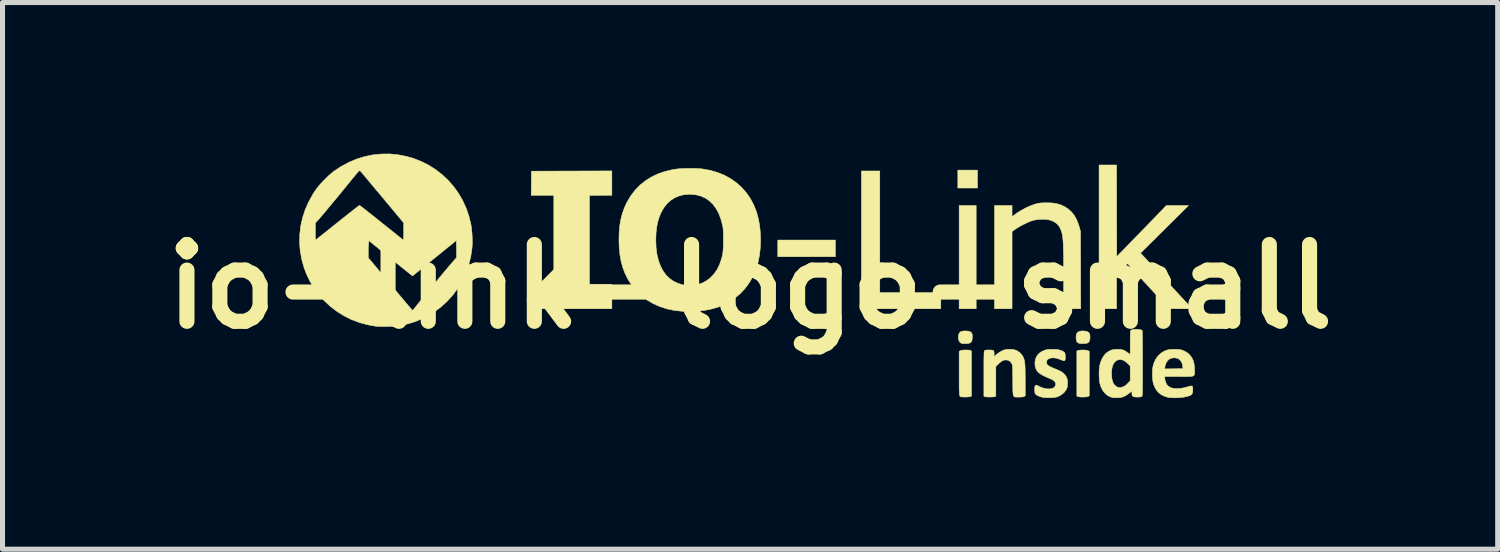
<source format=kicad_pcb>
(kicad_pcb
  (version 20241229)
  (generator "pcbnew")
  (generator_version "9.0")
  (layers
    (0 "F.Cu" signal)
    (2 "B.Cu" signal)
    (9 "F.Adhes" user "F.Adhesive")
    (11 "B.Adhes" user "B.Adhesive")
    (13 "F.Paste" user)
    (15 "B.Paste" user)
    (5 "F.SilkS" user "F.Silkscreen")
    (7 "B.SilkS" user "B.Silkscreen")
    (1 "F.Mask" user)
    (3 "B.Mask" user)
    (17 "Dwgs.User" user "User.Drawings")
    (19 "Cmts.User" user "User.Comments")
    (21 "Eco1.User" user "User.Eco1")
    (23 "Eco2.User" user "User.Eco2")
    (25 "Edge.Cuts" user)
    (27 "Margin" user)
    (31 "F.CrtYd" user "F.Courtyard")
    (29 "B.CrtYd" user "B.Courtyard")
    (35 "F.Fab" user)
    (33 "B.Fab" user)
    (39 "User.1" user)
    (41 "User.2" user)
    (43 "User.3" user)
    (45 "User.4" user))
  (footprint "io-link-logo-small"
    (layer "F.Cu")
    (at 11.836 2.637)
    (property "Reference" "io-link-logo-small" (at 0 0 0) (layer "F.SilkS") (effects (font (size 1.524 1.524) (thickness 0.3))))
    (attr through_hole)
    (fp_poly (pts (xy 1.693 -0.593) (xy 0.55 -0.593) (xy 0.55 -0.923) (xy 1.693 -0.923) (xy 1.693 -0.593)) (stroke (width 0.01) (type solid)) (fill yes) (layer "F.SilkS"))
    (fp_poly (pts (xy 4.487 0.44) (xy 4.149 0.44) (xy 4.149 -1.609) (xy 4.487 -1.609) (xy 4.487 0.44)) (stroke (width 0.01) (type solid)) (fill yes) (layer "F.SilkS"))
    (fp_poly (pts (xy 4.513 -1.956) (xy 4.123 -1.956) (xy 4.123 -2.311) (xy 4.513 -2.311) (xy 4.513 -1.956)) (stroke (width 0.01) (type solid)) (fill yes) (layer "F.SilkS"))
    (fp_poly (pts (xy 2.574 0.119) (xy 3.785 0.119) (xy 3.785 0.44) (xy 2.21 0.44) (xy 2.21 -2.294) (xy 2.574 -2.294) (xy 2.574 0.119)) (stroke (width 0.01) (type solid)) (fill yes) (layer "F.SilkS"))
    (fp_poly (pts (xy -2.743 -1.812) (xy -3.188 -1.808) (xy -3.188 -0.047) (xy -2.743 -0.042) (xy -2.743 0.44) (xy -4.343 0.44) (xy -4.343 -0.042) (xy -3.895 -0.042) (xy -3.895 -1.812) (xy -4.344 -1.812) (xy -4.341 -2.051) (xy -4.339 -2.29) (xy -2.743 -2.295) (xy -2.743 -1.812)) (stroke (width 0.01) (type solid)) (fill yes) (layer "F.SilkS"))
    (fp_poly (pts (xy 6.647 1.261) (xy 6.681 1.265) (xy 6.705 1.271) (xy 6.71 1.273) (xy 6.731 1.287) (xy 6.731 2.167) (xy 6.712 2.18) (xy 6.695 2.186) (xy 6.665 2.19) (xy 6.628 2.192) (xy 6.589 2.193) (xy 6.552 2.191) (xy 6.521 2.187) (xy 6.505 2.183) (xy 6.485 2.173) (xy 6.485 1.278) (xy 6.509 1.269) (xy 6.533 1.263) (xy 6.568 1.26) (xy 6.607 1.259) (xy 6.647 1.261)) (stroke (width 0.01) (type solid)) (fill yes) (layer "F.SilkS"))
    (fp_poly (pts (xy 4.332 0.885) (xy 4.371 0.898) (xy 4.396 0.919) (xy 4.401 0.928) (xy 4.407 0.947) (xy 4.41 0.977) (xy 4.411 1.006) (xy 4.407 1.055) (xy 4.395 1.09) (xy 4.373 1.114) (xy 4.346 1.125) (xy 4.315 1.131) (xy 4.276 1.133) (xy 4.235 1.132) (xy 4.202 1.129) (xy 4.174 1.115) (xy 4.152 1.088) (xy 4.138 1.051) (xy 4.133 1.008) (xy 4.136 0.971) (xy 4.146 0.935) (xy 4.162 0.909) (xy 4.188 0.892) (xy 4.225 0.883) (xy 4.275 0.881) (xy 4.278 0.881) (xy 4.332 0.885)) (stroke (width 0.01) (type solid)) (fill yes) (layer "F.SilkS"))
    (fp_poly (pts (xy 6.662 0.885) (xy 6.701 0.898) (xy 6.728 0.921) (xy 6.743 0.955) (xy 6.747 1.002) (xy 6.746 1.021) (xy 6.74 1.063) (xy 6.728 1.092) (xy 6.71 1.113) (xy 6.703 1.117) (xy 6.684 1.124) (xy 6.654 1.128) (xy 6.618 1.131) (xy 6.581 1.131) (xy 6.549 1.129) (xy 6.531 1.126) (xy 6.503 1.113) (xy 6.485 1.093) (xy 6.474 1.062) (xy 6.47 1.026) (xy 6.471 0.973) (xy 6.482 0.933) (xy 6.503 0.906) (xy 6.536 0.889) (xy 6.583 0.881) (xy 6.608 0.881) (xy 6.662 0.885)) (stroke (width 0.01) (type solid)) (fill yes) (layer "F.SilkS"))
    (fp_poly (pts (xy 4.336 1.261) (xy 4.364 1.265) (xy 4.375 1.269) (xy 4.394 1.279) (xy 4.394 2.173) (xy 4.373 2.183) (xy 4.355 2.187) (xy 4.326 2.19) (xy 4.29 2.192) (xy 4.253 2.192) (xy 4.218 2.191) (xy 4.192 2.189) (xy 4.183 2.187) (xy 4.175 2.184) (xy 4.169 2.18) (xy 4.164 2.174) (xy 4.16 2.163) (xy 4.156 2.148) (xy 4.154 2.126) (xy 4.152 2.096) (xy 4.15 2.056) (xy 4.149 2.006) (xy 4.149 1.944) (xy 4.149 1.869) (xy 4.149 1.778) (xy 4.149 1.722) (xy 4.149 1.287) (xy 4.17 1.273) (xy 4.19 1.266) (xy 4.221 1.262) (xy 4.259 1.259) (xy 4.299 1.259) (xy 4.336 1.261)) (stroke (width 0.01) (type solid)) (fill yes) (layer "F.SilkS"))
    (fp_poly (pts (xy 7.275 -1.503) (xy 7.277 -0.594) (xy 7.696 -1.025) (xy 7.768 -1.099) (xy 7.838 -1.171) (xy 7.904 -1.239) (xy 7.967 -1.304) (xy 8.025 -1.363) (xy 8.076 -1.416) (xy 8.119 -1.461) (xy 8.154 -1.497) (xy 8.178 -1.522) (xy 8.188 -1.532) (xy 8.26 -1.609) (xy 8.48 -1.608) (xy 8.7 -1.608) (xy 8.224 -1.136) (xy 7.749 -0.664) (xy 8.121 -0.262) (xy 8.191 -0.187) (xy 8.261 -0.112) (xy 8.329 -0.038) (xy 8.395 0.033) (xy 8.457 0.1) (xy 8.514 0.161) (xy 8.563 0.214) (xy 8.604 0.258) (xy 8.633 0.29) (xy 8.773 0.44) (xy 8.541 0.44) (xy 8.31 0.439) (xy 8.166 0.281) (xy 8.129 0.24) (xy 8.082 0.188) (xy 8.028 0.129) (xy 7.969 0.065) (xy 7.907 -0.003) (xy 7.843 -0.072) (xy 7.781 -0.139) (xy 7.756 -0.167) (xy 7.49 -0.456) (xy 7.382 -0.353) (xy 7.274 -0.25) (xy 7.273 0.095) (xy 7.273 0.44) (xy 6.926 0.44) (xy 6.926 -2.413) (xy 7.273 -2.413) (xy 7.275 -1.503)) (stroke (width 0.01) (type solid)) (fill yes) (layer "F.SilkS"))
    (fp_poly (pts (xy 5.97 -1.661) (xy 6.043 -1.653) (xy 6.107 -1.64) (xy 6.167 -1.621) (xy 6.227 -1.593) (xy 6.231 -1.592) (xy 6.309 -1.543) (xy 6.377 -1.483) (xy 6.434 -1.411) (xy 6.481 -1.327) (xy 6.52 -1.229) (xy 6.534 -1.18) (xy 6.557 -1.096) (xy 6.56 -0.328) (xy 6.562 0.44) (xy 6.223 0.44) (xy 6.223 -0.159) (xy 6.223 -0.298) (xy 6.222 -0.422) (xy 6.222 -0.53) (xy 6.221 -0.626) (xy 6.219 -0.709) (xy 6.217 -0.781) (xy 6.215 -0.843) (xy 6.212 -0.896) (xy 6.208 -0.941) (xy 6.204 -0.98) (xy 6.2 -1.013) (xy 6.194 -1.042) (xy 6.192 -1.053) (xy 6.168 -1.131) (xy 6.133 -1.197) (xy 6.086 -1.249) (xy 6.029 -1.289) (xy 5.96 -1.317) (xy 5.901 -1.33) (xy 5.835 -1.336) (xy 5.761 -1.335) (xy 5.687 -1.327) (xy 5.62 -1.314) (xy 5.613 -1.313) (xy 5.57 -1.298) (xy 5.517 -1.276) (xy 5.458 -1.248) (xy 5.397 -1.218) (xy 5.34 -1.186) (xy 5.289 -1.155) (xy 5.264 -1.138) (xy 5.199 -1.092) (xy 5.199 0.44) (xy 4.851 0.44) (xy 4.851 -1.609) (xy 5.199 -1.609) (xy 5.199 -1.387) (xy 5.222 -1.405) (xy 5.3 -1.462) (xy 5.385 -1.514) (xy 5.473 -1.562) (xy 5.559 -1.601) (xy 5.64 -1.631) (xy 5.67 -1.64) (xy 5.706 -1.649) (xy 5.738 -1.655) (xy 5.77 -1.659) (xy 5.808 -1.661) (xy 5.856 -1.662) (xy 5.884 -1.662) (xy 5.97 -1.661)) (stroke (width 0.01) (type solid)) (fill yes) (layer "F.SilkS"))
    (fp_poly (pts (xy 5.195 1.247) (xy 5.248 1.255) (xy 5.292 1.27) (xy 5.296 1.272) (xy 5.349 1.308) (xy 5.394 1.356) (xy 5.419 1.396) (xy 5.429 1.419) (xy 5.437 1.444) (xy 5.444 1.473) (xy 5.45 1.507) (xy 5.454 1.548) (xy 5.457 1.599) (xy 5.459 1.66) (xy 5.46 1.735) (xy 5.461 1.823) (xy 5.461 1.864) (xy 5.461 2.167) (xy 5.442 2.18) (xy 5.427 2.186) (xy 5.404 2.191) (xy 5.368 2.193) (xy 5.337 2.193) (xy 5.307 2.193) (xy 5.281 2.193) (xy 5.261 2.192) (xy 5.246 2.187) (xy 5.234 2.177) (xy 5.226 2.16) (xy 5.22 2.136) (xy 5.217 2.102) (xy 5.215 2.057) (xy 5.214 1.999) (xy 5.214 1.927) (xy 5.214 1.863) (xy 5.213 1.783) (xy 5.212 1.719) (xy 5.211 1.668) (xy 5.21 1.628) (xy 5.209 1.598) (xy 5.207 1.576) (xy 5.205 1.56) (xy 5.202 1.547) (xy 5.197 1.537) (xy 5.192 1.527) (xy 5.192 1.526) (xy 5.164 1.488) (xy 5.128 1.465) (xy 5.083 1.456) (xy 5.077 1.456) (xy 5.045 1.459) (xy 5.015 1.468) (xy 4.985 1.487) (xy 4.95 1.516) (xy 4.93 1.535) (xy 4.877 1.587) (xy 4.877 2.176) (xy 4.855 2.185) (xy 4.835 2.189) (xy 4.804 2.191) (xy 4.766 2.192) (xy 4.727 2.192) (xy 4.692 2.19) (xy 4.666 2.186) (xy 4.659 2.184) (xy 4.64 2.176) (xy 4.64 1.729) (xy 4.64 1.629) (xy 4.64 1.545) (xy 4.64 1.475) (xy 4.641 1.418) (xy 4.642 1.373) (xy 4.643 1.338) (xy 4.644 1.312) (xy 4.645 1.293) (xy 4.648 1.281) (xy 4.65 1.273) (xy 4.653 1.27) (xy 4.669 1.264) (xy 4.696 1.26) (xy 4.73 1.259) (xy 4.766 1.259) (xy 4.798 1.261) (xy 4.822 1.266) (xy 4.83 1.27) (xy 4.838 1.283) (xy 4.842 1.308) (xy 4.843 1.336) (xy 4.843 1.391) (xy 4.875 1.362) (xy 4.936 1.313) (xy 4.998 1.276) (xy 5.036 1.26) (xy 5.084 1.249) (xy 5.138 1.244) (xy 5.195 1.247)) (stroke (width 0.01) (type solid)) (fill yes) (layer "F.SilkS"))
    (fp_poly (pts (xy 8.477 1.247) (xy 8.522 1.25) (xy 8.555 1.256) (xy 8.557 1.256) (xy 8.626 1.283) (xy 8.688 1.322) (xy 8.727 1.359) (xy 8.766 1.41) (xy 8.794 1.469) (xy 8.812 1.536) (xy 8.821 1.614) (xy 8.822 1.66) (xy 8.823 1.692) (xy 8.822 1.719) (xy 8.82 1.74) (xy 8.814 1.756) (xy 8.803 1.768) (xy 8.785 1.777) (xy 8.759 1.782) (xy 8.722 1.785) (xy 8.674 1.786) (xy 8.613 1.787) (xy 8.537 1.786) (xy 8.506 1.786) (xy 8.23 1.786) (xy 8.23 1.815) (xy 8.235 1.856) (xy 8.248 1.9) (xy 8.266 1.939) (xy 8.281 1.959) (xy 8.304 1.979) (xy 8.334 1.999) (xy 8.349 2.006) (xy 8.397 2.02) (xy 8.455 2.025) (xy 8.522 2.023) (xy 8.592 2.013) (xy 8.662 1.996) (xy 8.694 1.986) (xy 8.722 1.978) (xy 8.748 1.973) (xy 8.755 1.973) (xy 8.77 1.974) (xy 8.778 1.982) (xy 8.783 2.001) (xy 8.785 2.012) (xy 8.787 2.044) (xy 8.785 2.081) (xy 8.783 2.094) (xy 8.777 2.119) (xy 8.766 2.138) (xy 8.748 2.153) (xy 8.72 2.166) (xy 8.679 2.179) (xy 8.656 2.185) (xy 8.61 2.194) (xy 8.554 2.201) (xy 8.492 2.206) (xy 8.429 2.208) (xy 8.37 2.206) (xy 8.319 2.202) (xy 8.292 2.198) (xy 8.212 2.172) (xy 8.144 2.135) (xy 8.088 2.085) (xy 8.044 2.023) (xy 8.011 1.949) (xy 7.998 1.899) (xy 7.99 1.851) (xy 7.986 1.792) (xy 7.985 1.728) (xy 7.986 1.665) (xy 7.989 1.634) (xy 8.227 1.634) (xy 8.408 1.632) (xy 8.589 1.63) (xy 8.587 1.587) (xy 8.578 1.537) (xy 8.558 1.491) (xy 8.529 1.454) (xy 8.501 1.433) (xy 8.455 1.417) (xy 8.404 1.414) (xy 8.355 1.423) (xy 8.315 1.443) (xy 8.283 1.474) (xy 8.256 1.517) (xy 8.238 1.568) (xy 8.233 1.594) (xy 8.227 1.634) (xy 7.989 1.634) (xy 7.992 1.609) (xy 7.996 1.581) (xy 8.021 1.501) (xy 8.058 1.429) (xy 8.107 1.366) (xy 8.165 1.315) (xy 8.231 1.276) (xy 8.298 1.254) (xy 8.332 1.249) (xy 8.377 1.246) (xy 8.427 1.245) (xy 8.477 1.247)) (stroke (width 0.01) (type solid)) (fill yes) (layer "F.SilkS"))
    (fp_poly (pts (xy 6.048 1.246) (xy 6.092 1.249) (xy 6.121 1.254) (xy 6.175 1.269) (xy 6.215 1.288) (xy 6.241 1.31) (xy 6.248 1.323) (xy 6.254 1.351) (xy 6.256 1.388) (xy 6.256 1.425) (xy 6.252 1.454) (xy 6.252 1.454) (xy 6.246 1.466) (xy 6.236 1.472) (xy 6.218 1.47) (xy 6.191 1.461) (xy 6.156 1.447) (xy 6.092 1.425) (xy 6.032 1.415) (xy 5.979 1.416) (xy 5.934 1.429) (xy 5.91 1.445) (xy 5.893 1.463) (xy 5.885 1.483) (xy 5.884 1.503) (xy 5.887 1.529) (xy 5.896 1.547) (xy 5.913 1.564) (xy 5.934 1.578) (xy 5.965 1.595) (xy 6.002 1.612) (xy 6.025 1.622) (xy 6.094 1.65) (xy 6.149 1.675) (xy 6.192 1.7) (xy 6.225 1.726) (xy 6.251 1.754) (xy 6.272 1.787) (xy 6.278 1.799) (xy 6.291 1.828) (xy 6.297 1.855) (xy 6.3 1.888) (xy 6.3 1.911) (xy 6.299 1.947) (xy 6.296 1.981) (xy 6.292 2.005) (xy 6.291 2.006) (xy 6.268 2.056) (xy 6.231 2.103) (xy 6.184 2.143) (xy 6.129 2.176) (xy 6.093 2.19) (xy 6.052 2.199) (xy 6 2.205) (xy 5.942 2.207) (xy 5.885 2.206) (xy 5.832 2.202) (xy 5.791 2.195) (xy 5.733 2.176) (xy 5.691 2.156) (xy 5.664 2.134) (xy 5.658 2.125) (xy 5.652 2.104) (xy 5.649 2.073) (xy 5.648 2.037) (xy 5.649 2.004) (xy 5.653 1.979) (xy 5.656 1.972) (xy 5.667 1.959) (xy 5.683 1.957) (xy 5.708 1.966) (xy 5.726 1.976) (xy 5.78 2.002) (xy 5.836 2.02) (xy 5.891 2.03) (xy 5.943 2.031) (xy 5.989 2.024) (xy 6.026 2.009) (xy 6.05 1.986) (xy 6.06 1.962) (xy 6.065 1.935) (xy 6.065 1.934) (xy 6.059 1.905) (xy 6.038 1.878) (xy 6.002 1.852) (xy 5.95 1.826) (xy 5.939 1.821) (xy 5.862 1.788) (xy 5.8 1.757) (xy 5.751 1.727) (xy 5.714 1.696) (xy 5.688 1.662) (xy 5.67 1.625) (xy 5.658 1.583) (xy 5.656 1.569) (xy 5.653 1.497) (xy 5.666 1.433) (xy 5.693 1.376) (xy 5.734 1.328) (xy 5.789 1.289) (xy 5.856 1.261) (xy 5.872 1.256) (xy 5.905 1.25) (xy 5.949 1.247) (xy 5.999 1.245) (xy 6.048 1.246)) (stroke (width 0.01) (type solid)) (fill yes) (layer "F.SilkS"))
    (fp_poly (pts (xy 7.711 0.85) (xy 7.746 0.856) (xy 7.772 0.865) (xy 7.782 0.874) (xy 7.783 0.884) (xy 7.784 0.909) (xy 7.785 0.949) (xy 7.786 1.002) (xy 7.787 1.067) (xy 7.788 1.141) (xy 7.788 1.225) (xy 7.789 1.316) (xy 7.789 1.414) (xy 7.789 1.516) (xy 7.789 1.526) (xy 7.789 1.646) (xy 7.789 1.751) (xy 7.789 1.84) (xy 7.789 1.917) (xy 7.788 1.981) (xy 7.788 2.033) (xy 7.787 2.076) (xy 7.786 2.109) (xy 7.785 2.134) (xy 7.783 2.153) (xy 7.781 2.166) (xy 7.779 2.174) (xy 7.777 2.179) (xy 7.776 2.18) (xy 7.764 2.186) (xy 7.744 2.191) (xy 7.712 2.193) (xy 7.687 2.193) (xy 7.642 2.191) (xy 7.611 2.186) (xy 7.592 2.174) (xy 7.581 2.155) (xy 7.578 2.127) (xy 7.578 2.116) (xy 7.578 2.073) (xy 7.523 2.116) (xy 7.471 2.154) (xy 7.423 2.181) (xy 7.375 2.197) (xy 7.322 2.205) (xy 7.29 2.207) (xy 7.236 2.207) (xy 7.193 2.203) (xy 7.174 2.198) (xy 7.106 2.168) (xy 7.049 2.124) (xy 7.002 2.067) (xy 6.965 1.997) (xy 6.94 1.916) (xy 6.938 1.908) (xy 6.932 1.863) (xy 6.928 1.806) (xy 6.926 1.744) (xy 6.926 1.728) (xy 7.173 1.728) (xy 7.173 1.752) (xy 7.18 1.825) (xy 7.194 1.884) (xy 7.215 1.93) (xy 7.241 1.962) (xy 7.281 1.992) (xy 7.323 2.005) (xy 7.368 2.002) (xy 7.415 1.985) (xy 7.444 1.967) (xy 7.476 1.941) (xy 7.501 1.916) (xy 7.544 1.87) (xy 7.544 1.576) (xy 7.493 1.525) (xy 7.447 1.485) (xy 7.404 1.461) (xy 7.361 1.45) (xy 7.327 1.45) (xy 7.281 1.463) (xy 7.242 1.491) (xy 7.212 1.532) (xy 7.19 1.586) (xy 7.177 1.651) (xy 7.173 1.728) (xy 6.926 1.728) (xy 6.927 1.68) (xy 6.931 1.622) (xy 6.937 1.573) (xy 6.939 1.565) (xy 6.956 1.503) (xy 6.981 1.441) (xy 7.012 1.386) (xy 7.045 1.343) (xy 7.075 1.315) (xy 7.113 1.289) (xy 7.136 1.277) (xy 7.165 1.263) (xy 7.19 1.255) (xy 7.219 1.25) (xy 7.255 1.247) (xy 7.274 1.246) (xy 7.33 1.246) (xy 7.375 1.251) (xy 7.415 1.264) (xy 7.455 1.285) (xy 7.489 1.308) (xy 7.544 1.347) (xy 7.544 1.116) (xy 7.544 1.055) (xy 7.545 0.999) (xy 7.546 0.95) (xy 7.548 0.912) (xy 7.549 0.885) (xy 7.551 0.874) (xy 7.551 0.874) (xy 7.567 0.862) (xy 7.596 0.854) (xy 7.632 0.849) (xy 7.672 0.848) (xy 7.711 0.85)) (stroke (width 0.01) (type solid)) (fill yes) (layer "F.SilkS"))
    (fp_poly (pts (xy -1.097 -2.344) (xy -1.024 -2.34) (xy -0.962 -2.336) (xy -0.939 -2.333) (xy -0.786 -2.305) (xy -0.642 -2.263) (xy -0.507 -2.208) (xy -0.383 -2.139) (xy -0.268 -2.058) (xy -0.165 -1.965) (xy -0.073 -1.86) (xy 0.007 -1.744) (xy 0.074 -1.617) (xy 0.127 -1.482) (xy 0.163 -1.353) (xy 0.189 -1.214) (xy 0.204 -1.068) (xy 0.209 -0.918) (xy 0.203 -0.768) (xy 0.186 -0.621) (xy 0.158 -0.48) (xy 0.156 -0.47) (xy 0.112 -0.329) (xy 0.054 -0.197) (xy -0.017 -0.074) (xy -0.102 0.04) (xy -0.198 0.142) (xy -0.307 0.234) (xy -0.426 0.312) (xy -0.495 0.349) (xy -0.615 0.401) (xy -0.746 0.441) (xy -0.887 0.47) (xy -1.036 0.489) (xy -1.192 0.495) (xy -1.346 0.491) (xy -1.504 0.473) (xy -1.653 0.442) (xy -1.794 0.396) (xy -1.925 0.337) (xy -2.047 0.265) (xy -2.159 0.18) (xy -2.259 0.082) (xy -2.349 -0.028) (xy -2.421 -0.14) (xy -2.479 -0.254) (xy -2.525 -0.374) (xy -2.56 -0.501) (xy -2.584 -0.639) (xy -2.598 -0.786) (xy -2.602 -0.919) (xy -1.871 -0.919) (xy -1.865 -0.772) (xy -1.848 -0.638) (xy -1.818 -0.516) (xy -1.777 -0.406) (xy -1.725 -0.307) (xy -1.668 -0.229) (xy -1.601 -0.163) (xy -1.523 -0.108) (xy -1.437 -0.066) (xy -1.345 -0.037) (xy -1.248 -0.023) (xy -1.149 -0.022) (xy -1.05 -0.037) (xy -1.041 -0.039) (xy -0.949 -0.07) (xy -0.863 -0.116) (xy -0.786 -0.176) (xy -0.717 -0.249) (xy -0.657 -0.334) (xy -0.608 -0.431) (xy -0.582 -0.504) (xy -0.566 -0.555) (xy -0.553 -0.602) (xy -0.544 -0.648) (xy -0.537 -0.697) (xy -0.533 -0.751) (xy -0.531 -0.814) (xy -0.53 -0.889) (xy -0.53 -0.931) (xy -0.53 -0.999) (xy -0.531 -1.053) (xy -0.532 -1.096) (xy -0.534 -1.131) (xy -0.537 -1.162) (xy -0.542 -1.19) (xy -0.547 -1.219) (xy -0.549 -1.226) (xy -0.582 -1.348) (xy -0.624 -1.457) (xy -0.677 -1.552) (xy -0.738 -1.634) (xy -0.809 -1.702) (xy -0.888 -1.756) (xy -0.976 -1.796) (xy -1.073 -1.821) (xy -1.177 -1.831) (xy -1.198 -1.831) (xy -1.304 -1.824) (xy -1.403 -1.801) (xy -1.493 -1.764) (xy -1.575 -1.712) (xy -1.648 -1.646) (xy -1.711 -1.566) (xy -1.764 -1.473) (xy -1.766 -1.469) (xy -1.804 -1.376) (xy -1.834 -1.278) (xy -1.854 -1.174) (xy -1.866 -1.06) (xy -1.871 -0.933) (xy -1.871 -0.919) (xy -2.602 -0.919) (xy -2.599 -1.068) (xy -2.587 -1.204) (xy -2.566 -1.33) (xy -2.536 -1.448) (xy -2.495 -1.561) (xy -2.445 -1.671) (xy -2.442 -1.675) (xy -2.369 -1.799) (xy -2.283 -1.912) (xy -2.186 -2.012) (xy -2.078 -2.099) (xy -1.959 -2.174) (xy -1.83 -2.236) (xy -1.691 -2.284) (xy -1.543 -2.319) (xy -1.459 -2.333) (xy -1.402 -2.338) (xy -1.332 -2.342) (xy -1.255 -2.344) (xy -1.175 -2.345) (xy -1.097 -2.344)) (stroke (width 0.01) (type solid)) (fill yes) (layer "F.SilkS"))
    (fp_poly (pts (xy -6.981 -2.615) (xy -6.814 -2.582) (xy -6.682 -2.544) (xy -6.525 -2.483) (xy -6.377 -2.408) (xy -6.238 -2.32) (xy -6.109 -2.219) (xy -5.99 -2.107) (xy -5.882 -1.984) (xy -5.787 -1.851) (xy -5.704 -1.708) (xy -5.635 -1.558) (xy -5.581 -1.4) (xy -5.541 -1.236) (xy -5.536 -1.211) (xy -5.526 -1.139) (xy -5.519 -1.057) (xy -5.514 -0.97) (xy -5.513 -0.883) (xy -5.515 -0.804) (xy -5.52 -0.749) (xy -5.546 -0.58) (xy -5.588 -0.416) (xy -5.645 -0.258) (xy -5.716 -0.107) (xy -5.801 0.035) (xy -5.9 0.169) (xy -6.011 0.292) (xy -6.134 0.404) (xy -6.268 0.505) (xy -6.342 0.552) (xy -6.488 0.63) (xy -6.644 0.695) (xy -6.809 0.745) (xy -6.947 0.775) (xy -6.987 0.78) (xy -7.041 0.785) (xy -7.103 0.789) (xy -7.171 0.791) (xy -7.239 0.792) (xy -7.305 0.792) (xy -7.364 0.791) (xy -7.413 0.788) (xy -7.429 0.787) (xy -7.594 0.758) (xy -7.754 0.714) (xy -7.908 0.656) (xy -8.055 0.583) (xy -8.194 0.497) (xy -8.324 0.398) (xy -8.444 0.288) (xy -8.553 0.167) (xy -8.651 0.036) (xy -8.735 -0.105) (xy -8.807 -0.255) (xy -8.851 -0.374) (xy -8.898 -0.54) (xy -8.903 -0.572) (xy -7.578 -0.572) (xy -7.141 -0.049) (xy -7.073 0.033) (xy -7.008 0.11) (xy -6.948 0.182) (xy -6.891 0.249) (xy -6.841 0.309) (xy -6.797 0.361) (xy -6.76 0.404) (xy -6.731 0.438) (xy -6.711 0.461) (xy -6.7 0.473) (xy -6.699 0.474) (xy -6.692 0.467) (xy -6.676 0.45) (xy -6.654 0.424) (xy -6.628 0.392) (xy -6.621 0.383) (xy -6.573 0.322) (xy -6.518 0.255) (xy -6.46 0.183) (xy -6.398 0.107) (xy -6.334 0.03) (xy -6.27 -0.049) (xy -6.206 -0.126) (xy -6.144 -0.201) (xy -6.085 -0.272) (xy -6.031 -0.337) (xy -5.982 -0.394) (xy -5.941 -0.443) (xy -5.908 -0.482) (xy -5.887 -0.505) (xy -5.825 -0.574) (xy -5.827 -0.745) (xy -5.829 -0.915) (xy -6.264 -0.563) (xy -6.699 -0.211) (xy -6.742 -0.245) (xy -6.757 -0.257) (xy -6.783 -0.278) (xy -6.82 -0.307) (xy -6.866 -0.345) (xy -6.92 -0.388) (xy -6.98 -0.437) (xy -7.046 -0.49) (xy -7.116 -0.547) (xy -7.176 -0.595) (xy -7.565 -0.911) (xy -7.57 -0.868) (xy -7.573 -0.844) (xy -7.574 -0.808) (xy -7.576 -0.763) (xy -7.577 -0.714) (xy -7.577 -0.699) (xy -7.578 -0.572) (xy -8.903 -0.572) (xy -8.928 -0.707) (xy -8.941 -0.874) (xy -8.937 -1.04) (xy -8.917 -1.205) (xy -8.905 -1.261) (xy -8.628 -1.261) (xy -8.628 -1.092) (xy -8.627 -1.032) (xy -8.627 -0.988) (xy -8.625 -0.957) (xy -8.623 -0.938) (xy -8.62 -0.929) (xy -8.617 -0.928) (xy -8.609 -0.934) (xy -8.588 -0.95) (xy -8.557 -0.975) (xy -8.516 -1.008) (xy -8.466 -1.047) (xy -8.409 -1.093) (xy -8.345 -1.144) (xy -8.277 -1.199) (xy -8.204 -1.257) (xy -8.183 -1.273) (xy -8.11 -1.332) (xy -8.04 -1.387) (xy -7.975 -1.439) (xy -7.916 -1.485) (xy -7.864 -1.526) (xy -7.821 -1.56) (xy -7.787 -1.586) (xy -7.764 -1.603) (xy -7.752 -1.611) (xy -7.751 -1.611) (xy -7.743 -1.606) (xy -7.723 -1.591) (xy -7.692 -1.568) (xy -7.651 -1.536) (xy -7.602 -1.497) (xy -7.545 -1.452) (xy -7.481 -1.402) (xy -7.412 -1.347) (xy -7.339 -1.288) (xy -7.313 -1.267) (xy -7.239 -1.208) (xy -7.169 -1.152) (xy -7.104 -1.1) (xy -7.045 -1.053) (xy -6.993 -1.011) (xy -6.95 -0.977) (xy -6.916 -0.95) (xy -6.892 -0.932) (xy -6.881 -0.924) (xy -6.88 -0.923) (xy -6.878 -0.931) (xy -6.877 -0.953) (xy -6.876 -0.988) (xy -6.875 -1.031) (xy -6.875 -1.082) (xy -6.875 -1.094) (xy -6.875 -1.266) (xy -7.299 -1.774) (xy -7.366 -1.854) (xy -7.431 -1.931) (xy -7.491 -2.004) (xy -7.547 -2.07) (xy -7.597 -2.131) (xy -7.641 -2.183) (xy -7.678 -2.227) (xy -7.707 -2.261) (xy -7.727 -2.285) (xy -7.737 -2.296) (xy -7.738 -2.297) (xy -7.742 -2.301) (xy -7.747 -2.301) (xy -7.753 -2.299) (xy -7.763 -2.292) (xy -7.776 -2.279) (xy -7.794 -2.259) (xy -7.817 -2.232) (xy -7.848 -2.195) (xy -7.886 -2.149) (xy -7.934 -2.091) (xy -7.976 -2.039) (xy -8.054 -1.943) (xy -8.13 -1.85) (xy -8.204 -1.76) (xy -8.275 -1.675) (xy -8.341 -1.595) (xy -8.401 -1.523) (xy -8.455 -1.458) (xy -8.502 -1.403) (xy -8.54 -1.359) (xy -8.569 -1.326) (xy -8.575 -1.319) (xy -8.628 -1.261) (xy -8.905 -1.261) (xy -8.881 -1.367) (xy -8.829 -1.526) (xy -8.76 -1.682) (xy -8.676 -1.833) (xy -8.598 -1.949) (xy -8.565 -1.991) (xy -8.523 -2.039) (xy -8.473 -2.092) (xy -8.42 -2.145) (xy -8.367 -2.197) (xy -8.316 -2.242) (xy -8.272 -2.279) (xy -8.257 -2.29) (xy -8.11 -2.387) (xy -7.958 -2.468) (xy -7.802 -2.533) (xy -7.642 -2.582) (xy -7.479 -2.615) (xy -7.314 -2.631) (xy -7.148 -2.632) (xy -6.981 -2.615)) (stroke (width 0.01) (type solid)) (fill yes) (layer "F.SilkS")))
  (gr_rect
    (start -3 -3)
    (end 26.673 7.849)
    (stroke (width 0.1) (type default))
    (fill no)
    (layer "Edge.Cuts")))
</source>
